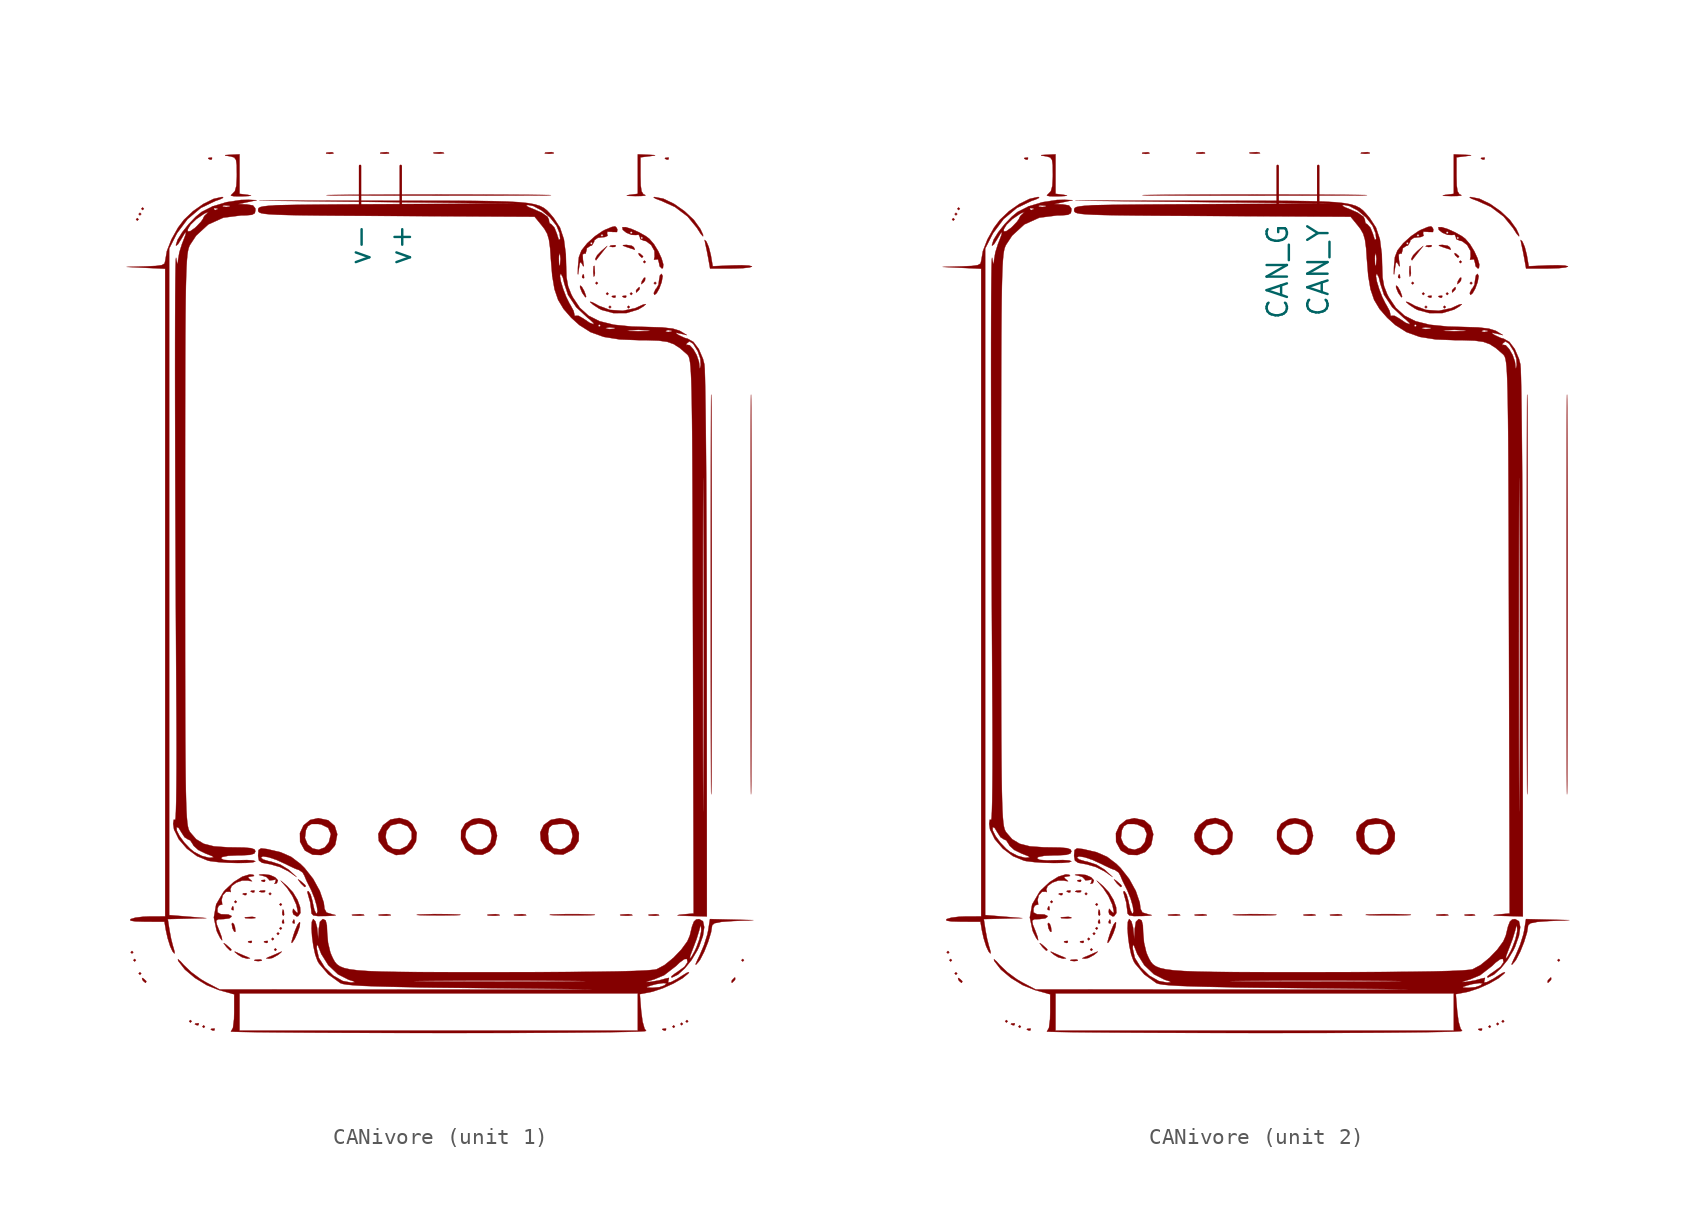
<source format=kicad_sym>
(kicad_symbol_lib
  (version 20211014)
  (generator kicad_symbol_editor)
  (symbol "CANivore"
    (pin_names
      (offset 1.016))
    (property "Reference" "#G?"
      (at 0 26.923 0)
      (effects (font (size 1.27 1.27)) hide))
    (property "ki_locked" ""
      (at 0 0 0)
      (effects (font (size 1.27 1.27))))
    (symbol "CANivore_0_0"
      (polyline (pts (xy -19.258 -22.495) (xy -19.34 -22.412) (xy -19.424 -22.495) (xy -19.34 -22.578) (xy -19.258 -22.495)) (stroke (width 0.01) (type default) (color 0 0 0 0)) (fill (type outline)))
      (polyline (pts (xy -19.091 -22.993) (xy -19.174 -22.91) (xy -19.258 -22.993) (xy -19.174 -23.076) (xy -19.091 -22.993)) (stroke (width 0.01) (type default) (color 0 0 0 0)) (fill (type outline)))
      (polyline (pts (xy -18.925 23.325) (xy -19.009 23.408) (xy -19.091 23.325) (xy -19.009 23.242) (xy -18.925 23.325)) (stroke (width 0.01) (type default) (color 0 0 0 0)) (fill (type outline)))
      (polyline (pts (xy -18.759 -23.823) (xy -18.843 -23.74) (xy -18.925 -23.823) (xy -18.843 -23.906) (xy -18.759 -23.823)) (stroke (width 0.01) (type default) (color 0 0 0 0)) (fill (type outline)))
      (polyline (pts (xy -18.759 23.657) (xy -18.843 23.74) (xy -18.925 23.657) (xy -18.843 23.574) (xy -18.759 23.657)) (stroke (width 0.01) (type default) (color 0 0 0 0)) (fill (type outline)))
      (polyline (pts (xy -18.593 23.989) (xy -18.677 24.072) (xy -18.759 23.989) (xy -18.677 23.906) (xy -18.593 23.989)) (stroke (width 0.01) (type default) (color 0 0 0 0)) (fill (type outline)))
      (polyline (pts (xy -15.605 -26.811) (xy -15.688 -26.728) (xy -15.771 -26.811) (xy -15.688 -26.894) (xy -15.605 -26.811)) (stroke (width 0.01) (type default) (color 0 0 0 0)) (fill (type outline)))
      (polyline (pts (xy -14.775 -27.143) (xy -14.858 -27.06) (xy -14.941 -27.143) (xy -14.858 -27.226) (xy -14.775 -27.143)) (stroke (width 0.01) (type default) (color 0 0 0 0)) (fill (type outline)))
      (polyline (pts (xy -12.783 -19.34) (xy -12.866 -19.258) (xy -12.949 -19.34) (xy -12.866 -19.424) (xy -12.783 -19.34)) (stroke (width 0.01) (type default) (color 0 0 0 0)) (fill (type outline)))
      (polyline (pts (xy -10.625 -18.843) (xy -10.708 -18.759) (xy -10.791 -18.843) (xy -10.708 -18.925) (xy -10.625 -18.843)) (stroke (width 0.01) (type default) (color 0 0 0 0)) (fill (type outline)))
      (polyline (pts (xy -10.459 -21.665) (xy -10.542 -21.582) (xy -10.625 -21.665) (xy -10.542 -21.748) (xy -10.459 -21.665)) (stroke (width 0.01) (type default) (color 0 0 0 0)) (fill (type outline)))
      (polyline (pts (xy -10.293 -22.329) (xy -10.376 -22.246) (xy -10.459 -22.329) (xy -10.376 -22.412) (xy -10.293 -22.329)) (stroke (width 0.01) (type default) (color 0 0 0 0)) (fill (type outline)))
      (polyline (pts (xy -10.127 -21.333) (xy -10.21 -21.25) (xy -10.293 -21.333) (xy -10.21 -21.416) (xy -10.127 -21.333)) (stroke (width 0.01) (type default) (color 0 0 0 0)) (fill (type outline)))
      (polyline (pts (xy -9.961 -21.001) (xy -10.044 -20.918) (xy -10.127 -21.001) (xy -10.044 -21.084) (xy -9.961 -21.001)) (stroke (width 0.01) (type default) (color 0 0 0 0)) (fill (type outline)))
      (polyline (pts (xy -9.961 -19.507) (xy -10.044 -19.424) (xy -10.127 -19.507) (xy -10.044 -19.59) (xy -9.961 -19.507)) (stroke (width 0.01) (type default) (color 0 0 0 0)) (fill (type outline)))
      (polyline (pts (xy 9.795 19.34) (xy 9.712 19.424) (xy 9.629 19.34) (xy 9.712 19.258) (xy 9.795 19.34)) (stroke (width 0.01) (type default) (color 0 0 0 0)) (fill (type outline)))
      (polyline (pts (xy 10.459 18.677) (xy 10.376 18.759) (xy 10.293 18.677) (xy 10.376 18.593) (xy 10.459 18.677)) (stroke (width 0.01) (type default) (color 0 0 0 0)) (fill (type outline)))
      (polyline (pts (xy 10.625 17.846) (xy 10.542 17.929) (xy 10.459 17.846) (xy 10.542 17.763) (xy 10.625 17.846)) (stroke (width 0.01) (type default) (color 0 0 0 0)) (fill (type outline)))
      (polyline (pts (xy 11.787 17.846) (xy 11.704 17.929) (xy 11.621 17.846) (xy 11.704 17.763) (xy 11.787 17.846)) (stroke (width 0.01) (type default) (color 0 0 0 0)) (fill (type outline)))
      (polyline (pts (xy 11.953 18.677) (xy 11.87 18.759) (xy 11.787 18.677) (xy 11.87 18.593) (xy 11.953 18.677)) (stroke (width 0.01) (type default) (color 0 0 0 0)) (fill (type outline)))
      (polyline (pts (xy 12.783 20.669) (xy 12.7 20.752) (xy 12.617 20.669) (xy 12.7 20.586) (xy 12.783 20.669)) (stroke (width 0.01) (type default) (color 0 0 0 0)) (fill (type outline)))
      (polyline (pts (xy 13.447 19.34) (xy 13.364 19.424) (xy 13.281 19.34) (xy 13.364 19.258) (xy 13.447 19.34)) (stroke (width 0.01) (type default) (color 0 0 0 0)) (fill (type outline)))
      (polyline (pts (xy 14.609 -27.143) (xy 14.526 -27.06) (xy 14.443 -27.143) (xy 14.526 -27.226) (xy 14.609 -27.143)) (stroke (width 0.01) (type default) (color 0 0 0 0)) (fill (type outline)))
      (polyline (pts (xy 15.107 -26.977) (xy 15.024 -26.894) (xy 14.941 -26.977) (xy 15.024 -27.06) (xy 15.107 -26.977)) (stroke (width 0.01) (type default) (color 0 0 0 0)) (fill (type outline)))
      (polyline (pts (xy 15.439 -26.811) (xy 15.356 -26.728) (xy 15.273 -26.811) (xy 15.356 -26.894) (xy 15.439 -26.811)) (stroke (width 0.01) (type default) (color 0 0 0 0)) (fill (type outline)))
      (polyline (pts (xy 18.925 -22.993) (xy 18.843 -22.91) (xy 18.759 -22.993) (xy 18.843 -23.076) (xy 18.925 -22.993)) (stroke (width 0.01) (type default) (color 0 0 0 0)) (fill (type outline)))
      (polyline (pts (xy -15.185 -27.048) (xy -15.162 -26.95) (xy -15.187 -26.93) (xy -15.384 -26.95) (xy -15.41 -26.999) (xy -15.273 -27.06) (xy -15.185 -27.048)) (stroke (width 0.01) (type default) (color 0 0 0 0)) (fill (type outline)))
      (polyline (pts (xy -14.355 27.072) (xy -14.332 27.171) (xy -14.357 27.191) (xy -14.554 27.171) (xy -14.58 27.121) (xy -14.443 27.06) (xy -14.355 27.072)) (stroke (width 0.01) (type default) (color 0 0 0 0)) (fill (type outline)))
      (polyline (pts (xy -14.189 -27.38) (xy -14.166 -27.282) (xy -14.191 -27.262) (xy -14.388 -27.282) (xy -14.414 -27.331) (xy -14.277 -27.392) (xy -14.189 -27.38)) (stroke (width 0.01) (type default) (color 0 0 0 0)) (fill (type outline)))
      (polyline (pts (xy -12.985 -19.842) (xy -13.004 -19.645) (xy -13.054 -19.619) (xy -13.115 -19.756) (xy -13.103 -19.843) (xy -13.004 -19.866) (xy -12.985 -19.842)) (stroke (width 0.01) (type default) (color 0 0 0 0)) (fill (type outline)))
      (polyline (pts (xy -12.197 -18.913) (xy -12.174 -18.815) (xy -12.199 -18.795) (xy -12.396 -18.815) (xy -12.422 -18.865) (xy -12.285 -18.925) (xy -12.197 -18.913)) (stroke (width 0.01) (type default) (color 0 0 0 0)) (fill (type outline)))
      (polyline (pts (xy -11.865 -21.902) (xy -11.842 -21.803) (xy -11.867 -21.783) (xy -12.064 -21.803) (xy -12.09 -21.853) (xy -11.953 -21.914) (xy -11.865 -21.902)) (stroke (width 0.01) (type default) (color 0 0 0 0)) (fill (type outline)))
      (polyline (pts (xy -11.699 -18.747) (xy -11.676 -18.649) (xy -11.701 -18.629) (xy -11.898 -18.649) (xy -11.924 -18.699) (xy -11.787 -18.759) (xy -11.699 -18.747)) (stroke (width 0.01) (type default) (color 0 0 0 0)) (fill (type outline)))
      (polyline (pts (xy -11.226 -23.026) (xy -11.247 -22.966) (xy -11.322 -22.944) (xy -11.662 -22.966) (xy -11.691 -23.023) (xy -11.455 -23.05) (xy -11.226 -23.026)) (stroke (width 0.01) (type default) (color 0 0 0 0)) (fill (type outline)))
      (polyline (pts (xy -11.051 -18.735) (xy -11.002 -18.659) (xy -11.061 -18.626) (xy -11.32 -18.646) (xy -11.397 -18.706) (xy -11.22 -18.746) (xy -11.051 -18.735)) (stroke (width 0.01) (type default) (color 0 0 0 0)) (fill (type outline)))
      (polyline (pts (xy -11.035 -18.084) (xy -11.012 -17.985) (xy -11.037 -17.965) (xy -11.234 -17.985) (xy -11.259 -18.035) (xy -11.123 -18.095) (xy -11.035 -18.084)) (stroke (width 0.01) (type default) (color 0 0 0 0)) (fill (type outline)))
      (polyline (pts (xy -10.869 -21.902) (xy -10.846 -21.803) (xy -10.87 -21.783) (xy -11.068 -21.803) (xy -11.094 -21.853) (xy -10.957 -21.914) (xy -10.869 -21.902)) (stroke (width 0.01) (type default) (color 0 0 0 0)) (fill (type outline)))
      (polyline (pts (xy -9.83 -20.672) (xy -9.85 -20.475) (xy -9.9 -20.449) (xy -9.961 -20.586) (xy -9.949 -20.674) (xy -9.85 -20.696) (xy -9.83 -20.672)) (stroke (width 0.01) (type default) (color 0 0 0 0)) (fill (type outline)))
      (polyline (pts (xy -9.828 -20.15) (xy -9.847 -19.89) (xy -9.907 -19.814) (xy -9.948 -19.991) (xy -9.936 -20.159) (xy -9.861 -20.209) (xy -9.828 -20.15)) (stroke (width 0.01) (type default) (color 0 0 0 0)) (fill (type outline)))
      (polyline (pts (xy -9.166 -20.672) (xy -9.186 -20.475) (xy -9.236 -20.449) (xy -9.297 -20.586) (xy -9.285 -20.674) (xy -9.186 -20.696) (xy -9.166 -20.672)) (stroke (width 0.01) (type default) (color 0 0 0 0)) (fill (type outline)))
      (polyline (pts (xy -6.744 27.442) (xy -6.765 27.502) (xy -6.84 27.524) (xy -7.18 27.502) (xy -7.208 27.444) (xy -6.973 27.418) (xy -6.744 27.442)) (stroke (width 0.01) (type default) (color 0 0 0 0)) (fill (type outline)))
      (polyline (pts (xy 8.929 19.669) (xy 8.909 19.866) (xy 8.859 19.892) (xy 8.799 19.756) (xy 8.811 19.668) (xy 8.909 19.645) (xy 8.929 19.669)) (stroke (width 0.01) (type default) (color 0 0 0 0)) (fill (type outline)))
      (polyline (pts (xy 10.862 21.607) (xy 10.912 21.682) (xy 10.853 21.715) (xy 10.594 21.695) (xy 10.517 21.635) (xy 10.694 21.595) (xy 10.862 21.607)) (stroke (width 0.01) (type default) (color 0 0 0 0)) (fill (type outline)))
      (polyline (pts (xy 10.879 18.439) (xy 10.902 18.538) (xy 10.877 18.558) (xy 10.68 18.538) (xy 10.654 18.488) (xy 10.791 18.427) (xy 10.879 18.439)) (stroke (width 0.01) (type default) (color 0 0 0 0)) (fill (type outline)))
      (polyline (pts (xy 11.543 18.439) (xy 11.566 18.538) (xy 11.541 18.558) (xy 11.344 18.538) (xy 11.318 18.488) (xy 11.455 18.427) (xy 11.543 18.439)) (stroke (width 0.01) (type default) (color 0 0 0 0)) (fill (type outline)))
      (polyline (pts (xy 14.033 -27.38) (xy 14.056 -27.282) (xy 14.031 -27.262) (xy 13.834 -27.282) (xy 13.808 -27.331) (xy 13.945 -27.392) (xy 14.033 -27.38)) (stroke (width 0.01) (type default) (color 0 0 0 0)) (fill (type outline)))
      (polyline (pts (xy 14.199 27.072) (xy 14.222 27.171) (xy 14.197 27.191) (xy 14 27.171) (xy 13.975 27.121) (xy 14.111 27.06) (xy 14.199 27.072)) (stroke (width 0.01) (type default) (color 0 0 0 0)) (fill (type outline)))
      (polyline (pts (xy -18.477 -24.402) (xy -18.441 -24.306) (xy -18.619 -24.139) (xy -18.712 -24.099) (xy -18.692 -24.212) (xy -18.641 -24.286) (xy -18.501 -24.404) (xy -18.477 -24.402)) (stroke (width 0.01) (type default) (color 0 0 0 0)) (fill (type outline)))
      (polyline (pts (xy -12.867 -21.202) (xy -12.903 -20.911) (xy -12.974 -20.721) (xy -13.074 -20.655) (xy -13.101 -20.727) (xy -13.058 -20.994) (xy -12.945 -21.211) (xy -12.867 -21.202)) (stroke (width 0.01) (type default) (color 0 0 0 0)) (fill (type outline)))
      (polyline (pts (xy 12.617 20.991) (xy 12.602 21.028) (xy 12.425 21.183) (xy 12.332 21.223) (xy 12.352 21.109) (xy 12.374 21.076) (xy 12.538 20.923) (xy 12.617 20.991)) (stroke (width 0.01) (type default) (color 0 0 0 0)) (fill (type outline)))
      (polyline (pts (xy 12.638 19.379) (xy 12.732 19.501) (xy 12.751 19.677) (xy 12.676 19.675) (xy 12.545 19.472) (xy 12.533 19.441) (xy 12.498 19.274) (xy 12.638 19.379)) (stroke (width 0.01) (type default) (color 0 0 0 0)) (fill (type outline)))
      (polyline (pts (xy -13.115 -22.349) (xy -13.176 -22.263) (xy -13.406 -22.059) (xy -13.526 -21.966) (xy -13.612 -21.925) (xy -13.468 -22.121) (xy -13.416 -22.186) (xy -13.196 -22.399) (xy -13.115 -22.349)) (stroke (width 0.01) (type default) (color 0 0 0 0)) (fill (type outline)))
      (polyline (pts (xy -11.84 -20.38) (xy -11.611 -20.353) (xy -11.662 -20.305) (xy -11.822 -20.279) (xy -12.243 -20.305) (xy -12.291 -20.321) (xy -12.255 -20.364) (xy -11.953 -20.381) (xy -11.84 -20.38)) (stroke (width 0.01) (type default) (color 0 0 0 0)) (fill (type outline)))
      (polyline (pts (xy -8.467 -18.365) (xy -8.527 -18.279) (xy -8.757 -18.074) (xy -8.877 -17.982) (xy -8.963 -17.94) (xy -8.82 -18.137) (xy -8.768 -18.201) (xy -8.547 -18.415) (xy -8.467 -18.365)) (stroke (width 0.01) (type default) (color 0 0 0 0)) (fill (type outline)))
      (polyline (pts (xy -5.054 -20.21) (xy -4.815 -20.184) (xy -4.854 -20.14) (xy -5.085 -20.11) (xy -5.518 -20.136) (xy -5.6 -20.158) (xy -5.551 -20.195) (xy -5.229 -20.212) (xy -5.054 -20.21)) (stroke (width 0.01) (type default) (color 0 0 0 0)) (fill (type outline)))
      (polyline (pts (xy -3.393 -20.21) (xy -3.155 -20.184) (xy -3.194 -20.14) (xy -3.425 -20.11) (xy -3.858 -20.136) (xy -3.94 -20.158) (xy -3.891 -20.195) (xy -3.569 -20.212) (xy -3.393 -20.21)) (stroke (width 0.01) (type default) (color 0 0 0 0)) (fill (type outline)))
      (polyline (pts (xy -3.27 27.447) (xy -3.276 27.501) (xy -3.412 27.532) (xy -3.774 27.507) (xy -3.802 27.499) (xy -3.827 27.448) (xy -3.569 27.424) (xy -3.53 27.424) (xy -3.27 27.447)) (stroke (width 0.01) (type default) (color 0 0 0 0)) (fill (type outline)))
      (polyline (pts (xy -0.053 27.432) (xy 0.176 27.459) (xy 0.124 27.507) (xy -0.035 27.532) (xy -0.457 27.507) (xy -0.504 27.491) (xy -0.468 27.448) (xy -0.166 27.431) (xy -0.053 27.432)) (stroke (width 0.01) (type default) (color 0 0 0 0)) (fill (type outline)))
      (polyline (pts (xy 3.413 -20.21) (xy 3.651 -20.184) (xy 3.613 -20.14) (xy 3.381 -20.11) (xy 2.949 -20.136) (xy 2.867 -20.158) (xy 2.916 -20.195) (xy 3.237 -20.212) (xy 3.413 -20.21)) (stroke (width 0.01) (type default) (color 0 0 0 0)) (fill (type outline)))
      (polyline (pts (xy 5.073 -20.21) (xy 5.312 -20.184) (xy 5.273 -20.14) (xy 5.041 -20.11) (xy 4.609 -20.136) (xy 4.527 -20.158) (xy 4.576 -20.195) (xy 4.897 -20.212) (xy 5.073 -20.21)) (stroke (width 0.01) (type default) (color 0 0 0 0)) (fill (type outline)))
      (polyline (pts (xy 7.023 27.447) (xy 7.017 27.501) (xy 6.881 27.532) (xy 6.519 27.507) (xy 6.491 27.499) (xy 6.466 27.448) (xy 6.723 27.424) (xy 6.763 27.424) (xy 7.023 27.447)) (stroke (width 0.01) (type default) (color 0 0 0 0)) (fill (type outline)))
      (polyline (pts (xy 9.055 18.506) (xy 8.934 18.843) (xy 8.784 19.111) (xy 8.675 19.189) (xy 8.674 19.067) (xy 8.791 18.774) (xy 8.836 18.693) (xy 9.01 18.45) (xy 9.055 18.506)) (stroke (width 0.01) (type default) (color 0 0 0 0)) (fill (type outline)))
      (polyline (pts (xy 9.577 19.797) (xy 9.603 19.957) (xy 9.577 20.378) (xy 9.562 20.425) (xy 9.519 20.39) (xy 9.501 20.088) (xy 9.503 19.975) (xy 9.529 19.745) (xy 9.577 19.797)) (stroke (width 0.01) (type default) (color 0 0 0 0)) (fill (type outline)))
      (polyline (pts (xy 11.714 -20.21) (xy 11.952 -20.184) (xy 11.913 -20.14) (xy 11.682 -20.11) (xy 11.249 -20.136) (xy 11.168 -20.158) (xy 11.216 -20.195) (xy 11.538 -20.212) (xy 11.714 -20.21)) (stroke (width 0.01) (type default) (color 0 0 0 0)) (fill (type outline)))
      (polyline (pts (xy 12.211 18.767) (xy 12.368 18.925) (xy 12.399 18.984) (xy 12.388 19.091) (xy 12.358 19.084) (xy 12.202 18.925) (xy 12.171 18.867) (xy 12.182 18.759) (xy 12.211 18.767)) (stroke (width 0.01) (type default) (color 0 0 0 0)) (fill (type outline)))
      (polyline (pts (xy 13.394 -20.213) (xy 13.623 -20.187) (xy 13.572 -20.139) (xy 13.412 -20.113) (xy 12.991 -20.139) (xy 12.943 -20.155) (xy 12.979 -20.198) (xy 13.281 -20.215) (xy 13.394 -20.213)) (stroke (width 0.01) (type default) (color 0 0 0 0)) (fill (type outline)))
      (polyline (pts (xy 18.188 -24.396) (xy 18.344 -24.238) (xy 18.375 -24.179) (xy 18.364 -24.072) (xy 18.335 -24.079) (xy 18.178 -24.238) (xy 18.148 -24.297) (xy 18.159 -24.404) (xy 18.188 -24.396)) (stroke (width 0.01) (type default) (color 0 0 0 0)) (fill (type outline)))
      (polyline (pts (xy 9.674 20.768) (xy 9.804 20.942) (xy 10.046 21.25) (xy 10.376 21.665) (xy 10.002 21.348) (xy 9.744 21.083) (xy 9.629 20.864) (xy 9.631 20.819) (xy 9.672 20.765) (xy 9.674 20.768)) (stroke (width 0.01) (type default) (color 0 0 0 0)) (fill (type outline)))
      (polyline (pts (xy 12.099 21.437) (xy 12.036 21.582) (xy 11.904 21.677) (xy 11.57 21.731) (xy 11.378 21.718) (xy 11.347 21.679) (xy 11.621 21.582) (xy 11.909 21.489) (xy 12.087 21.432) (xy 12.099 21.437)) (stroke (width 0.01) (type default) (color 0 0 0 0)) (fill (type outline)))
      (polyline (pts (xy -12.122 -22.896) (xy -11.959 -22.869) (xy -12.119 -22.791) (xy -12.31 -22.716) (xy -12.7 -22.546) (xy -12.889 -22.461) (xy -12.931 -22.468) (xy -12.71 -22.652) (xy -12.454 -22.809) (xy -12.129 -22.897) (xy -12.122 -22.896)) (stroke (width 0.01) (type default) (color 0 0 0 0)) (fill (type outline)))
      (polyline (pts (xy -10.551 -22.849) (xy -10.2 -22.652) (xy -10.017 -22.503) (xy -9.981 -22.447) (xy -10.21 -22.546) (xy -10.432 -22.645) (xy -10.791 -22.791) (xy -10.798 -22.794) (xy -10.95 -22.87) (xy -10.781 -22.897) (xy -10.551 -22.849)) (stroke (width 0.01) (type default) (color 0 0 0 0)) (fill (type outline)))
      (polyline (pts (xy -9.315 -21.886) (xy -9.161 -21.651) (xy -8.992 -21.281) (xy -8.864 -20.903) (xy -8.83 -20.648) (xy -8.869 -20.61) (xy -8.99 -20.773) (xy -9.152 -21.157) (xy -9.241 -21.418) (xy -9.347 -21.774) (xy -9.363 -21.914) (xy -9.315 -21.886)) (stroke (width 0.01) (type default) (color 0 0 0 0)) (fill (type outline)))
      (polyline (pts (xy 0.217 -20.188) (xy 0.809 -20.181) (xy 1.147 -20.168) (xy 1.204 -20.151) (xy 0.955 -20.131) (xy 0.431 -20.113) (xy -0.469 -20.108) (xy -1.287 -20.131) (xy -1.451 -20.141) (xy -1.544 -20.16) (xy -1.343 -20.175) (xy -0.876 -20.185) (xy -0.166 -20.189) (xy 0.217 -20.188)) (stroke (width 0.01) (type default) (color 0 0 0 0)) (fill (type outline)))
      (polyline (pts (xy 8.673 -20.187) (xy 9.251 -20.179) (xy 9.569 -20.167) (xy 9.604 -20.15) (xy 9.331 -20.13) (xy 8.684 -20.111) (xy 7.791 -20.109) (xy 7.007 -20.131) (xy 6.83 -20.142) (xy 6.768 -20.161) (xy 6.997 -20.175) (xy 7.489 -20.185) (xy 8.218 -20.188) (xy 8.673 -20.187)) (stroke (width 0.01) (type default) (color 0 0 0 0)) (fill (type outline)))
      (polyline (pts (xy 13.461 18.711) (xy 13.624 18.998) (xy 13.77 19.393) (xy 13.773 19.401) (xy 13.839 19.781) (xy 13.768 19.922) (xy 13.667 19.824) (xy 13.613 19.516) (xy 13.576 19.237) (xy 13.447 19.009) (xy 13.403 18.975) (xy 13.281 18.716) (xy 13.33 18.601) (xy 13.461 18.711)) (stroke (width 0.01) (type default) (color 0 0 0 0)) (fill (type outline)))
      (polyline (pts (xy -10.293 -18.179) (xy -10.279 -18.169) (xy -10.216 -17.997) (xy -10.389 -17.811) (xy -10.715 -17.666) (xy -11.113 -17.62) (xy -11.33 -17.634) (xy -11.403 -17.661) (xy -11.164 -17.715) (xy -10.931 -17.792) (xy -10.791 -17.936) (xy -10.745 -18) (xy -10.515 -17.979) (xy -10.337 -17.944) (xy -10.374 -18.093) (xy -10.431 -18.223) (xy -10.293 -18.179)) (stroke (width 0.01) (type default) (color 0 0 0 0)) (fill (type outline)))
      (polyline (pts (xy 16.364 22.359) (xy 16.199 22.719) (xy 16.195 22.726) (xy 15.789 23.291) (xy 15.208 23.836) (xy 14.544 24.3) (xy 13.887 24.617) (xy 13.328 24.725) (xy 13.27 24.707) (xy 13.387 24.622) (xy 13.742 24.492) (xy 14.602 24.104) (xy 15.396 23.508) (xy 15.973 22.804) (xy 16.222 22.415) (xy 16.363 22.261) (xy 16.364 22.359)) (stroke (width 0.01) (type default) (color 0 0 0 0)) (fill (type outline)))
      (polyline (pts (xy -8.95 -20.236) (xy -8.807 -20.037) (xy -8.83 -19.673) (xy -8.995 -19.22) (xy -9.277 -18.752) (xy -9.653 -18.345) (xy -10.044 -18.015) (xy -9.681 -18.429) (xy -9.64 -18.477) (xy -9.309 -18.977) (xy -9.062 -19.525) (xy -8.967 -19.974) (xy -8.998 -20.049) (xy -9.131 -19.922) (xy -9.152 -19.89) (xy -9.267 -19.771) (xy -9.294 -19.963) (xy -9.257 -20.118) (xy -9.048 -20.254) (xy -8.95 -20.236)) (stroke (width 0.01) (type default) (color 0 0 0 0)) (fill (type outline)))
      (polyline (pts (xy 12.495 24.787) (xy 12.755 24.811) (xy 12.742 24.85) (xy 12.629 24.902) (xy 12.519 25.08) (xy 12.465 25.444) (xy 12.451 26.066) (xy 12.451 27.205) (xy 12.991 27.272) (xy 13.131 27.29) (xy 13.367 27.326) (xy 13.297 27.346) (xy 12.908 27.366) (xy 12.285 27.392) (xy 12.285 24.923) (xy 11.745 24.856) (xy 11.59 24.823) (xy 11.713 24.795) (xy 12.119 24.782) (xy 12.495 24.787)) (stroke (width 0.01) (type default) (color 0 0 0 0)) (fill (type outline)))
      (polyline (pts (xy 16.094 -23.076) (xy 16.184 -22.949) (xy 16.435 -22.462) (xy 16.678 -21.852) (xy 16.861 -21.256) (xy 16.933 -20.811) (xy 16.934 -20.802) (xy 17.079 -20.68) (xy 17.498 -20.596) (xy 18.22 -20.543) (xy 19.506 -20.486) (xy 16.797 -20.42) (xy 16.685 -21.125) (xy 16.628 -21.395) (xy 16.426 -22.038) (xy 16.164 -22.661) (xy 16.01 -22.978) (xy 15.893 -23.247) (xy 15.923 -23.27) (xy 16.094 -23.076)) (stroke (width 0.01) (type default) (color 0 0 0 0)) (fill (type outline)))
      (polyline (pts (xy 11.57 17.468) (xy 12.293 17.685) (xy 12.332 17.705) (xy 12.652 17.897) (xy 12.783 18.021) (xy 12.78 18.028) (xy 12.622 17.999) (xy 12.293 17.851) (xy 12.11 17.769) (xy 11.346 17.612) (xy 10.537 17.667) (xy 9.836 17.928) (xy 9.728 17.992) (xy 9.421 18.151) (xy 9.297 18.174) (xy 9.306 18.153) (xy 9.489 17.993) (xy 9.836 17.762) (xy 10.012 17.668) (xy 10.758 17.465) (xy 11.57 17.468)) (stroke (width 0.01) (type default) (color 0 0 0 0)) (fill (type outline)))
      (polyline (pts (xy 18.286 20.255) (xy 18.865 20.276) (xy 19.271 20.32) (xy 19.424 20.378) (xy 19.419 20.389) (xy 19.221 20.438) (xy 18.786 20.459) (xy 18.195 20.449) (xy 16.967 20.395) (xy 16.859 21.033) (xy 16.842 21.124) (xy 16.72 21.596) (xy 16.582 21.917) (xy 16.552 21.96) (xy 16.462 22.043) (xy 16.499 21.831) (xy 16.507 21.795) (xy 16.597 21.382) (xy 16.694 20.876) (xy 16.804 20.254) (xy 18.114 20.254) (xy 18.286 20.255)) (stroke (width 0.01) (type default) (color 0 0 0 0)) (fill (type outline)))
      (polyline (pts (xy -12.034 24.786) (xy -11.895 24.817) (xy -12.078 24.856) (xy -12.617 24.923) (xy -12.617 27.392) (xy -13.156 27.367) (xy -13.495 27.347) (xy -13.519 27.321) (xy -13.239 27.273) (xy -13.168 27.262) (xy -12.95 27.197) (xy -12.836 27.043) (xy -12.791 26.719) (xy -12.783 26.144) (xy -12.784 25.977) (xy -12.816 25.417) (xy -12.906 25.089) (xy -13.073 24.915) (xy -13.1 24.899) (xy -13.159 24.81) (xy -12.954 24.769) (xy -12.451 24.767) (xy -12.034 24.786)) (stroke (width 0.01) (type default) (color 0 0 0 0)) (fill (type outline)))
      (polyline (pts (xy 1.796 24.815) (xy 3.278 24.817) (xy 4.519 24.82) (xy 5.509 24.824) (xy 6.236 24.828) (xy 6.688 24.834) (xy 6.854 24.84) (xy 6.722 24.846) (xy 6.281 24.853) (xy 5.52 24.86) (xy 3.813 24.871) (xy 1.881 24.877) (xy -0.163 24.879) (xy -2.207 24.877) (xy -4.14 24.871) (xy -5.852 24.86) (xy -5.975 24.859) (xy -6.692 24.852) (xy -7.09 24.845) (xy -7.181 24.839) (xy -6.975 24.833) (xy -6.485 24.828) (xy -5.721 24.823) (xy -4.697 24.819) (xy -3.421 24.817) (xy -1.907 24.815) (xy -0.166 24.814) (xy 0.085 24.814) (xy 1.796 24.815)) (stroke (width 0.01) (type default) (color 0 0 0 0)) (fill (type outline)))
      (polyline (pts (xy -7.001 -16.223) (xy -6.661 -15.832) (xy -6.626 -15.75) (xy -6.506 -15.116) (xy -6.666 -14.595) (xy -7.073 -14.241) (xy -7.694 -14.111) (xy -8.197 -14.222) (xy -8.615 -14.561) (xy -8.839 -15.046) (xy -8.834 -15.35) (xy -8.528 -15.35) (xy -8.467 -14.859) (xy -8.345 -14.613) (xy -8.119 -14.475) (xy -7.696 -14.475) (xy -7.514 -14.501) (xy -7.072 -14.717) (xy -6.904 -15.104) (xy -7.032 -15.623) (xy -7.289 -15.944) (xy -7.666 -16.084) (xy -8.05 -16.004) (xy -8.363 -15.746) (xy -8.528 -15.35) (xy -8.834 -15.35) (xy -8.83 -15.588) (xy -8.552 -16.101) (xy -8.508 -16.146) (xy -8.043 -16.397) (xy -7.501 -16.417) (xy -7.001 -16.223)) (stroke (width 0.01) (type default) (color 0 0 0 0)) (fill (type outline)))
      (polyline (pts (xy -2.3 -16.36) (xy -1.838 -15.998) (xy -1.584 -15.566) (xy -1.536 -15.019) (xy -1.817 -14.485) (xy -2.1 -14.248) (xy -2.632 -14.097) (xy -3.183 -14.199) (xy -3.64 -14.549) (xy -3.663 -14.579) (xy -3.94 -15.088) (xy -3.925 -15.298) (xy -3.486 -15.298) (xy -3.433 -14.916) (xy -3.16 -14.561) (xy -2.656 -14.443) (xy -2.548 -14.448) (xy -2.094 -14.621) (xy -1.85 -14.97) (xy -1.85 -15.403) (xy -2.13 -15.829) (xy -2.141 -15.839) (xy -2.589 -16.066) (xy -3.025 -16.028) (xy -3.356 -15.759) (xy -3.486 -15.298) (xy -3.925 -15.298) (xy -3.908 -15.542) (xy -3.562 -16.013) (xy -3.378 -16.173) (xy -2.834 -16.419) (xy -2.3 -16.36)) (stroke (width 0.01) (type default) (color 0 0 0 0)) (fill (type outline)))
      (polyline (pts (xy 8.195 -16.091) (xy 8.301 -15.998) (xy 8.583 -15.535) (xy 8.603 -15.034) (xy 8.392 -14.575) (xy 7.983 -14.241) (xy 7.409 -14.111) (xy 6.841 -14.219) (xy 6.404 -14.539) (xy 6.187 -14.996) (xy 6.194 -15.1) (xy 6.669 -15.1) (xy 6.673 -15.056) (xy 6.745 -14.698) (xy 6.934 -14.537) (xy 7.346 -14.475) (xy 7.726 -14.466) (xy 7.978 -14.571) (xy 8.135 -14.859) (xy 8.208 -15.238) (xy 8.079 -15.703) (xy 7.711 -16.001) (xy 7.444 -16.07) (xy 7.004 -15.99) (xy 6.73 -15.653) (xy 6.669 -15.1) (xy 6.194 -15.1) (xy 6.224 -15.517) (xy 6.55 -16.028) (xy 7.05 -16.36) (xy 7.612 -16.391) (xy 8.195 -16.091)) (stroke (width 0.01) (type default) (color 0 0 0 0)) (fill (type outline)))
      (polyline (pts (xy 3.02 -16.19) (xy 3.356 -15.784) (xy 3.486 -15.213) (xy 3.486 -15.208) (xy 3.349 -14.622) (xy 2.963 -14.245) (xy 2.367 -14.111) (xy 1.967 -14.167) (xy 1.494 -14.446) (xy 1.236 -14.894) (xy 1.231 -15.289) (xy 1.493 -15.289) (xy 1.552 -14.882) (xy 1.84 -14.569) (xy 2.324 -14.443) (xy 2.645 -14.489) (xy 2.955 -14.642) (xy 3.056 -14.782) (xy 3.154 -15.203) (xy 3.075 -15.638) (xy 2.833 -15.931) (xy 2.526 -16.069) (xy 2.232 -16.06) (xy 1.863 -15.845) (xy 1.693 -15.696) (xy 1.493 -15.289) (xy 1.231 -15.289) (xy 1.229 -15.436) (xy 1.506 -15.998) (xy 1.598 -16.102) (xy 2.059 -16.381) (xy 2.561 -16.4) (xy 3.02 -16.19)) (stroke (width 0.01) (type default) (color 0 0 0 0)) (fill (type outline)))
      (polyline (pts (xy 16.877 -12.496) (xy 16.881 -12.069) (xy 16.887 -11.329) (xy 16.892 -10.264) (xy 16.892 -10.188) (xy 16.9 -7.957) (xy 16.906 -5.479) (xy 16.909 -2.836) (xy 16.91 -0.109) (xy 16.909 2.618) (xy 16.905 5.265) (xy 16.9 7.75) (xy 16.892 9.989) (xy 16.889 10.602) (xy 16.884 11.506) (xy 16.879 12.091) (xy 16.874 12.366) (xy 16.869 12.339) (xy 16.865 12.018) (xy 16.861 11.412) (xy 16.858 10.531) (xy 16.855 9.381) (xy 16.852 7.973) (xy 16.851 6.313) (xy 16.849 4.412) (xy 16.848 2.277) (xy 16.848 -0.083) (xy 16.848 -1.348) (xy 16.848 -3.594) (xy 16.85 -5.612) (xy 16.852 -7.392) (xy 16.854 -8.927) (xy 16.857 -10.208) (xy 16.86 -11.226) (xy 16.863 -11.972) (xy 16.867 -12.438) (xy 16.872 -12.616) (xy 16.877 -12.496)) (stroke (width 0.01) (type default) (color 0 0 0 0)) (fill (type outline)))
      (polyline (pts (xy 19.367 -12.496) (xy 19.372 -12.069) (xy 19.377 -11.329) (xy 19.382 -10.264) (xy 19.382 -10.188) (xy 19.39 -7.957) (xy 19.396 -5.479) (xy 19.399 -2.836) (xy 19.4 -0.109) (xy 19.399 2.618) (xy 19.396 5.265) (xy 19.39 7.75) (xy 19.382 9.989) (xy 19.379 10.602) (xy 19.374 11.506) (xy 19.369 12.091) (xy 19.364 12.366) (xy 19.36 12.339) (xy 19.355 12.018) (xy 19.352 11.412) (xy 19.348 10.531) (xy 19.345 9.381) (xy 19.343 7.973) (xy 19.341 6.313) (xy 19.339 4.412) (xy 19.338 2.277) (xy 19.338 -0.083) (xy 19.338 -1.348) (xy 19.339 -3.594) (xy 19.34 -5.612) (xy 19.342 -7.392) (xy 19.344 -8.927) (xy 19.347 -10.208) (xy 19.35 -11.226) (xy 19.354 -11.972) (xy 19.358 -12.438) (xy 19.362 -12.616) (xy 19.367 -12.496)) (stroke (width 0.01) (type default) (color 0 0 0 0)) (fill (type outline)))
      (polyline (pts (xy 13.855 20.282) (xy 13.879 20.505) (xy 13.77 20.884) (xy 13.564 21.334) (xy 13.296 21.772) (xy 13.001 22.115) (xy 12.792 22.273) (xy 12.371 22.512) (xy 11.916 22.716) (xy 11.531 22.839) (xy 11.325 22.835) (xy 11.319 22.828) (xy 11.347 22.668) (xy 11.568 22.495) (xy 11.787 22.495) (xy 11.87 22.578) (xy 11.953 22.495) (xy 11.87 22.412) (xy 11.787 22.495) (xy 11.568 22.495) (xy 11.575 22.49) (xy 11.886 22.361) (xy 12.165 22.348) (xy 12.341 22.367) (xy 12.414 22.217) (xy 12.423 22.163) (xy 12.451 22.163) (xy 12.534 22.246) (xy 12.617 22.163) (xy 12.534 22.08) (xy 12.451 22.163) (xy 12.423 22.163) (xy 12.435 22.097) (xy 12.656 21.995) (xy 12.795 21.968) (xy 13.115 21.73) (xy 13.326 21.356) (xy 13.336 20.987) (xy 13.295 20.809) (xy 13.419 20.817) (xy 13.546 20.832) (xy 13.613 20.595) (xy 13.648 20.393) (xy 13.79 20.254) (xy 13.855 20.282)) (stroke (width 0.01) (type default) (color 0 0 0 0)) (fill (type outline)))
      (polyline (pts (xy -13.702 -21.737) (xy -13.736 -21.54) (xy -13.871 -21.172) (xy -14.033 -20.77) (xy -14.08 -20.522) (xy -13.949 -20.432) (xy -13.613 -20.42) (xy -13.607 -20.42) (xy -13.259 -20.376) (xy -13.115 -20.272) (xy -13.13 -20.218) (xy -13.323 -20.132) (xy -13.778 -20.118) (xy -13.992 -20.004) (xy -13.994 -19.757) (xy -13.912 -19.577) (xy -13.762 -19.517) (xy -13.699 -19.523) (xy -13.717 -19.347) (xy -13.74 -19.231) (xy -13.663 -18.931) (xy -13.465 -18.715) (xy -13.237 -18.704) (xy -13.166 -18.734) (xy -13.178 -18.626) (xy -13.199 -18.572) (xy -13.105 -18.348) (xy -12.819 -18.14) (xy -12.444 -18.008) (xy -12.086 -18.009) (xy -11.991 -18.035) (xy -11.831 -18.054) (xy -11.953 -17.943) (xy -12.005 -17.905) (xy -12.091 -17.791) (xy -11.87 -17.753) (xy -11.702 -17.724) (xy -11.754 -17.651) (xy -11.972 -17.625) (xy -12.442 -17.768) (xy -12.982 -18.106) (xy -13.51 -18.594) (xy -13.617 -18.718) (xy -14.076 -19.5) (xy -14.223 -20.322) (xy -14.048 -21.146) (xy -13.995 -21.269) (xy -13.823 -21.61) (xy -13.713 -21.748) (xy -13.702 -21.737)) (stroke (width 0.01) (type default) (color 0 0 0 0)) (fill (type outline)))
      (polyline (pts (xy -16.672 -22.488) (xy -16.747 -22.204) (xy -16.775 -22.123) (xy -16.892 -21.665) (xy -16.994 -21.125) (xy -17.103 -20.42) (xy -15.898 -20.39) (xy -14.692 -20.361) (xy -15.854 -20.266) (xy -17.016 -20.171) (xy -17.016 21.499) (xy -16.603 22.309) (xy -16.514 22.473) (xy -15.862 23.346) (xy -15.033 24.041) (xy -14.116 24.481) (xy -13.857 24.569) (xy -13.636 24.677) (xy -13.685 24.724) (xy -13.714 24.725) (xy -14.241 24.606) (xy -14.876 24.292) (xy -15.524 23.838) (xy -16.089 23.302) (xy -16.46 22.81) (xy -16.871 22.077) (xy -17.158 21.341) (xy -17.265 20.722) (xy -17.306 20.564) (xy -17.475 20.467) (xy -17.84 20.414) (xy -18.469 20.387) (xy -19.672 20.354) (xy -18.469 20.296) (xy -17.265 20.239) (xy -17.265 -20.254) (xy -18.22 -20.256) (xy -18.626 -20.271) (xy -19.127 -20.331) (xy -19.424 -20.42) (xy -19.444 -20.434) (xy -19.429 -20.518) (xy -19.117 -20.566) (xy -18.491 -20.583) (xy -17.309 -20.586) (xy -17.219 -21.125) (xy -17.111 -21.61) (xy -16.952 -22.121) (xy -16.804 -22.441) (xy -16.692 -22.578) (xy -16.672 -22.488)) (stroke (width 0.01) (type default) (color 0 0 0 0)) (fill (type outline)))
      (polyline (pts (xy 8.59 20.171) (xy 8.591 20.176) (xy 8.651 20.567) (xy 8.717 20.663) (xy 8.816 20.503) (xy 8.869 20.396) (xy 8.908 20.409) (xy 8.864 20.731) (xy 8.854 20.786) (xy 8.835 21.129) (xy 8.928 21.189) (xy 9.016 21.181) (xy 9.07 21.372) (xy 9.097 21.524) (xy 9.297 21.661) (xy 9.412 21.691) (xy 9.546 21.913) (xy 9.574 22.03) (xy 9.795 22.179) (xy 9.812 22.18) (xy 10.235 22.224) (xy 10.396 22.299) (xy 10.361 22.436) (xy 10.373 22.559) (xy 10.668 22.545) (xy 10.699 22.539) (xy 10.982 22.535) (xy 11.007 22.687) (xy 10.96 22.8) (xy 10.863 22.89) (xy 10.658 22.85) (xy 10.246 22.681) (xy 10.086 22.599) (xy 9.692 22.329) (xy 9.961 22.329) (xy 10.044 22.412) (xy 10.127 22.329) (xy 10.044 22.246) (xy 9.961 22.329) (xy 9.692 22.329) (xy 9.603 22.268) (xy 9.145 21.856) (xy 9.121 21.831) (xy 9.297 21.831) (xy 9.38 21.914) (xy 9.463 21.831) (xy 9.38 21.748) (xy 9.297 21.831) (xy 9.121 21.831) (xy 9.095 21.803) (xy 8.763 21.386) (xy 8.602 20.968) (xy 8.545 20.383) (xy 8.54 20.261) (xy 8.534 19.909) (xy 8.55 19.881) (xy 8.59 20.171)) (stroke (width 0.01) (type default) (color 0 0 0 0)) (fill (type outline)))
      (polyline (pts (xy -7.18 -20.227) (xy -6.742 -20.205) (xy -6.595 -20.173) (xy -6.765 -20.134) (xy -6.777 -20.132) (xy -7.18 -20.011) (xy -7.305 -19.775) (xy -7.35 -19.391) (xy -7.599 -18.662) (xy -8.015 -17.905) (xy -8.544 -17.233) (xy -8.811 -16.969) (xy -9.391 -16.528) (xy -10.05 -16.24) (xy -10.915 -16.04) (xy -11.272 -16) (xy -11.426 -16.101) (xy -11.455 -16.418) (xy -11.454 -16.489) (xy -11.402 -16.761) (xy -11.204 -16.9) (xy -10.765 -16.982) (xy -10.677 -16.996) (xy -10.078 -17.171) (xy -9.562 -17.431) (xy -9.048 -17.788) (xy -9.513 -17.361) (xy -9.558 -17.322) (xy -10.068 -17.013) (xy -10.633 -16.83) (xy -10.777 -16.803) (xy -11.142 -16.693) (xy -11.289 -16.577) (xy -11.159 -16.498) (xy -10.806 -16.552) (xy -10.299 -16.722) (xy -9.712 -16.991) (xy -9.522 -17.087) (xy -9.14 -17.266) (xy -8.937 -17.341) (xy -8.907 -17.346) (xy -8.674 -17.505) (xy -8.543 -17.736) (xy -8.536 -17.768) (xy -8.425 -18.031) (xy -8.226 -18.427) (xy -8.127 -18.626) (xy -7.924 -19.13) (xy -7.786 -19.602) (xy -7.736 -19.951) (xy -7.799 -20.088) (xy -7.829 -20.072) (xy -7.937 -19.845) (xy -8.031 -19.433) (xy -8.054 -19.305) (xy -8.171 -18.893) (xy -8.301 -18.677) (xy -8.382 -18.706) (xy -8.3 -19.01) (xy -8.196 -19.375) (xy -8.135 -19.849) (xy -8.115 -20.067) (xy -8.003 -20.19) (xy -7.718 -20.233) (xy -7.18 -20.227)) (stroke (width 0.01) (type default) (color 0 0 0 0)) (fill (type outline)))
      (polyline (pts (xy -12.167 -16.905) (xy -11.772 -16.871) (xy -11.621 -16.809) (xy -11.762 -16.755) (xy -12.151 -16.729) (xy -12.7 -16.74) (xy -13.153 -16.752) (xy -13.619 -16.716) (xy -13.779 -16.616) (xy -13.691 -16.535) (xy -13.32 -16.462) (xy -12.7 -16.435) (xy -12.455 -16.433) (xy -11.95 -16.404) (xy -11.693 -16.326) (xy -11.621 -16.186) (xy -11.681 -16.062) (xy -11.898 -15.986) (xy -12.332 -15.948) (xy -13.04 -15.937) (xy -13.343 -15.934) (xy -14.218 -15.873) (xy -14.857 -15.711) (xy -15.329 -15.425) (xy -15.705 -14.991) (xy -15.723 -14.964) (xy -15.771 -14.876) (xy -15.813 -14.759) (xy -15.851 -14.595) (xy -15.883 -14.364) (xy -15.911 -14.048) (xy -15.935 -13.627) (xy -15.955 -13.083) (xy -15.972 -12.397) (xy -15.986 -11.549) (xy -15.996 -10.52) (xy -16.005 -9.293) (xy -16.011 -7.847) (xy -16.015 -6.164) (xy -16.018 -4.224) (xy -16.019 -2.01) (xy -16.02 0.499) (xy -16.02 3.32) (xy -16.02 3.656) (xy -16.02 6.444) (xy -16.019 8.921) (xy -16.017 11.106) (xy -16.014 13.018) (xy -16.009 14.677) (xy -16.003 16.102) (xy -15.994 17.31) (xy -15.983 18.322) (xy -15.969 19.157) (xy -15.951 19.833) (xy -15.93 20.369) (xy -15.905 20.786) (xy -15.877 21.101) (xy -15.843 21.334) (xy -15.805 21.503) (xy -15.762 21.629) (xy -15.714 21.729) (xy -15.331 22.309) (xy -14.57 23.009) (xy -13.63 23.432) (xy -12.514 23.574) (xy -12.224 23.577) (xy -11.836 23.612) (xy -11.662 23.712) (xy -11.621 23.906) (xy -11.63 24.013) (xy -11.774 24.197) (xy -12.161 24.26) (xy -12.7 24.282) (xy -12.119 24.404) (xy -11.538 24.526) (xy -12.055 24.548) (xy -12.524 24.539) (xy -13.432 24.401) (xy -14.303 24.137) (xy -14.335 24.121) (xy -13.675 24.121) (xy -13.655 24.182) (xy -13.579 24.204) (xy -13.239 24.182) (xy -13.211 24.124) (xy -13.447 24.098) (xy -13.675 24.121) (xy -14.335 24.121) (xy -14.541 24.017) (xy -14.222 24.017) (xy -14.197 24.036) (xy -14 24.017) (xy -13.975 23.967) (xy -14.111 23.906) (xy -14.199 23.918) (xy -14.222 24.017) (xy -14.541 24.017) (xy -14.992 23.788) (xy -15.345 23.499) (xy -15.796 23.029) (xy -16.057 22.699) (xy -15.859 22.699) (xy -15.679 22.994) (xy -15.323 23.338) (xy -14.858 23.658) (xy -14.737 23.724) (xy -14.56 23.799) (xy -14.648 23.699) (xy -14.818 23.535) (xy -14.892 23.391) (xy -14.892 23.37) (xy -15.025 23.179) (xy -15.308 22.881) (xy -15.404 22.792) (xy -15.694 22.588) (xy -15.851 22.573) (xy -15.859 22.699) (xy -16.057 22.699) (xy -16.2 22.518) (xy -16.488 22.052) (xy -16.594 21.718) (xy -16.581 21.681) (xy -16.465 21.77) (xy -16.269 22.08) (xy -16.048 22.453) (xy -15.956 22.538) (xy -16.001 22.335) (xy -16.186 21.856) (xy -16.209 21.801) (xy -16.377 21.268) (xy -16.457 20.798) (xy -16.458 20.789) (xy -16.478 20.532) (xy -16.514 20.569) (xy -16.582 20.918) (xy -16.586 20.933) (xy -16.602 20.795) (xy -16.616 20.343) (xy -16.627 19.59) (xy -16.636 18.55) (xy -16.642 17.237) (xy -16.645 15.665) (xy -16.646 13.848) (xy -16.644 11.801) (xy -16.639 9.536) (xy -16.633 7.068) (xy -16.623 4.411) (xy -16.611 1.579) (xy -16.596 -1.414) (xy -16.579 -4.555) (xy -16.559 -7.829) (xy -16.557 -8.328) (xy -16.553 -9.724) (xy -16.555 -10.993) (xy -16.563 -12.099) (xy -16.575 -13.008) (xy -16.593 -13.688) (xy -16.615 -14.103) (xy -16.64 -14.22) (xy -16.727 -14.203) (xy -16.765 -14.46) (xy -16.713 -14.81) (xy -16.682 -14.875) (xy -16.546 -14.875) (xy -16.544 -14.663) (xy -16.418 -14.723) (xy -16.249 -15.003) (xy -16.053 -15.303) (xy -15.839 -15.439) (xy -15.7 -15.497) (xy -15.526 -15.76) (xy -15.49 -15.833) (xy -15.197 -16.098) (xy -14.726 -16.328) (xy -14.634 -16.361) (xy -14.295 -16.496) (xy -14.245 -16.564) (xy -14.46 -16.588) (xy -14.529 -16.586) (xy -14.977 -16.469) (xy -15.447 -16.227) (xy -15.7 -16.025) (xy -16.064 -15.641) (xy -16.366 -15.229) (xy -16.546 -14.875) (xy -16.682 -14.875) (xy -16.414 -15.427) (xy -15.911 -16.011) (xy -15.279 -16.483) (xy -14.589 -16.767) (xy -14.446 -16.796) (xy -13.945 -16.858) (xy -13.34 -16.898) (xy -12.719 -16.914) (xy -12.167 -16.905)) (stroke (width 0.01) (type default) (color 0 0 0 0)) (fill (type outline)))
      (polyline (pts (xy 2.465 -27.542) (xy 4.425 -27.538) (xy 6.235 -27.53) (xy 7.874 -27.52) (xy 9.317 -27.507) (xy 10.542 -27.492) (xy 11.527 -27.474) (xy 12.247 -27.455) (xy 12.682 -27.433) (xy 12.807 -27.411) (xy 12.704 -27.264) (xy 12.58 -26.827) (xy 12.496 -26.19) (xy 12.409 -25.113) (xy 13.043 -24.994) (xy 13.21 -24.957) (xy 13.844 -24.747) (xy 14.505 -24.45) (xy 15.078 -24.12) (xy 15.445 -23.816) (xy 15.486 -23.742) (xy 15.359 -23.773) (xy 15.038 -23.969) (xy 14.757 -24.151) (xy 14.36 -24.36) (xy 14.169 -24.383) (xy 14.211 -24.21) (xy 14.233 -24.094) (xy 14.014 -24.141) (xy 14.003 -24.145) (xy 13.609 -24.253) (xy 13.115 -24.338) (xy 12.996 -24.352) (xy 12.805 -24.361) (xy 12.908 -24.309) (xy 13.319 -24.184) (xy 13.925 -23.932) (xy 14.679 -23.35) (xy 14.899 -23.137) (xy 15.196 -22.922) (xy 15.356 -22.909) (xy 15.397 -23.118) (xy 15.203 -23.404) (xy 14.716 -23.753) (xy 14.612 -23.819) (xy 14.384 -23.999) (xy 14.389 -24.071) (xy 14.435 -24.068) (xy 14.792 -23.892) (xy 15.219 -23.503) (xy 15.647 -22.974) (xy 16.007 -22.375) (xy 16.119 -22.139) (xy 16.357 -21.468) (xy 16.437 -20.922) (xy 16.358 -20.554) (xy 16.114 -20.42) (xy 15.934 -20.445) (xy 15.791 -20.577) (xy 15.672 -20.889) (xy 15.535 -21.455) (xy 15.382 -21.81) (xy 15.002 -22.331) (xy 14.496 -22.857) (xy 14.45 -22.894) (xy 15.534 -22.894) (xy 15.555 -22.728) (xy 15.722 -22.287) (xy 15.751 -22.217) (xy 15.959 -21.661) (xy 16.111 -21.167) (xy 16.19 -20.873) (xy 16.232 -20.831) (xy 16.249 -21.084) (xy 16.242 -21.211) (xy 16.136 -21.681) (xy 15.942 -22.204) (xy 15.833 -22.435) (xy 15.635 -22.793) (xy 15.534 -22.894) (xy 14.45 -22.894) (xy 13.954 -23.295) (xy 13.464 -23.556) (xy 13.304 -23.587) (xy 12.826 -23.628) (xy 12.058 -23.663) (xy 10.992 -23.691) (xy 9.622 -23.712) (xy 7.942 -23.728) (xy 5.943 -23.737) (xy 3.619 -23.74) (xy 1.934 -23.74) (xy 0.114 -23.739) (xy -1.42 -23.734) (xy -2.695 -23.723) (xy -3.737 -23.702) (xy -4.57 -23.67) (xy -5.222 -23.624) (xy -5.718 -23.561) (xy -6.084 -23.479) (xy -6.345 -23.374) (xy -6.529 -23.245) (xy -6.659 -23.089) (xy -6.764 -22.903) (xy -6.867 -22.684) (xy -6.942 -22.493) (xy -7.083 -21.896) (xy -7.139 -21.266) (xy -7.156 -20.81) (xy -7.232 -20.507) (xy -7.388 -20.42) (xy -7.415 -20.421) (xy -7.59 -20.586) (xy -7.665 -21.042) (xy -7.692 -21.665) (xy -7.758 -21.042) (xy -7.772 -20.93) (xy -7.872 -20.566) (xy -8.003 -20.42) (xy -8.016 -20.422) (xy -8.096 -20.598) (xy -8.114 -20.999) (xy -8.079 -21.533) (xy -7.999 -22.11) (xy -7.969 -22.246) (xy -7.795 -22.246) (xy -7.795 -22.239) (xy -7.774 -22.026) (xy -7.708 -22.087) (xy -7.569 -22.443) (xy -7.505 -22.603) (xy -7.066 -23.302) (xy -6.462 -23.872) (xy -5.793 -24.212) (xy -5.5 -24.304) (xy -1.701 -24.304) (xy -1.679 -24.296) (xy -1.352 -24.288) (xy -0.706 -24.28) (xy -0.353 -24.276) (xy 1.225 -24.265) (xy 2.977 -24.261) (xy 4.776 -24.261) (xy 6.496 -24.268) (xy 8.01 -24.28) (xy 8.593 -24.287) (xy 8.96 -24.295) (xy 9.019 -24.303) (xy 8.784 -24.309) (xy 8.268 -24.315) (xy 7.484 -24.32) (xy 6.444 -24.324) (xy 5.163 -24.326) (xy 3.652 -24.327) (xy 2.32 -24.326) (xy 1.009 -24.324) (xy -0.062 -24.321) (xy -0.879 -24.316) (xy -1.43 -24.31) (xy -1.701 -24.304) (xy -5.5 -24.304) (xy -5.47 -24.313) (xy -5.415 -24.367) (xy -5.644 -24.388) (xy -6.161 -24.292) (xy -6.76 -23.95) (xy -7.286 -23.441) (xy -7.658 -22.845) (xy -7.795 -22.246) (xy -7.969 -22.246) (xy -7.884 -22.639) (xy -7.742 -23.03) (xy -7.643 -23.202) (xy -7.069 -23.876) (xy -6.309 -24.425) (xy -6.161 -24.475) (xy -5.891 -24.52) (xy -5.478 -24.56) (xy -4.899 -24.595) (xy -4.129 -24.625) (xy -3.145 -24.652) (xy -2.579 -24.664) (xy 12.846 -24.664) (xy 13.115 -24.57) (xy 13.44 -24.485) (xy 13.862 -24.423) (xy 13.923 -24.421) (xy 14.085 -24.448) (xy 13.945 -24.57) (xy 13.643 -24.675) (xy 13.198 -24.717) (xy 12.873 -24.702) (xy 12.846 -24.664) (xy -2.579 -24.664) (xy -1.923 -24.677) (xy -0.44 -24.7) (xy 1.327 -24.721) (xy 3.403 -24.743) (xy 4.766 -24.756) (xy 6.197 -24.77) (xy 7.372 -24.783) (xy 8.286 -24.793) (xy 8.933 -24.802) (xy 9.308 -24.809) (xy 9.403 -24.815) (xy 9.214 -24.82) (xy 8.734 -24.823) (xy 7.957 -24.826) (xy 6.878 -24.827) (xy 5.491 -24.828) (xy 3.789 -24.828) (xy 1.767 -24.827) (xy -0.581 -24.826) (xy -13.862 -24.819) (xy -14.717 -24.368) (xy -15.038 -24.178) (xy -15.636 -23.737) (xy -16.104 -23.289) (xy -16.306 -23.063) (xy -16.466 -22.927) (xy -16.454 -23.02) (xy -16.444 -23.04) (xy -16.033 -23.572) (xy -15.404 -24.101) (xy -14.66 -24.554) (xy -13.904 -24.857) (xy -13.144 -25.068) (xy -12.617 -25.068) (xy 12.285 -25.068) (xy 12.285 -27.392) (xy -12.617 -27.392) (xy -12.617 -25.068) (xy -13.144 -25.068) (xy -12.949 -25.122) (xy -12.949 -26.244) (xy -12.959 -26.674) (xy -13.026 -27.221) (xy -13.156 -27.448) (xy -13.146 -27.453) (xy -12.898 -27.466) (xy -12.351 -27.479) (xy -11.531 -27.491) (xy -10.46 -27.502) (xy -9.165 -27.512) (xy -7.669 -27.521) (xy -5.997 -27.529) (xy -4.173 -27.535) (xy -2.221 -27.54) (xy -0.166 -27.543) (xy 0.378 -27.543) (xy 2.465 -27.542)) (stroke (width 0.01) (type default) (color 0 0 0 0)) (fill (type outline)))
      (polyline (pts (xy 16.594 -3.362) (xy 16.593 -1.789) (xy 16.589 0.514) (xy 16.582 2.717) (xy 16.573 4.799) (xy 16.563 6.735) (xy 16.55 8.502) (xy 16.536 10.077) (xy 16.52 11.437) (xy 16.503 12.557) (xy 16.485 13.416) (xy 16.467 13.989) (xy 16.447 14.254) (xy 16.358 14.605) (xy 16.096 15.215) (xy 15.761 15.662) (xy 15.406 15.864) (xy 15.209 15.917) (xy 14.832 16.094) (xy 14.696 16.183) (xy 14.671 16.24) (xy 14.941 16.187) (xy 15.356 16.089) (xy 14.941 16.34) (xy 14.887 16.369) (xy 14.47 16.496) (xy 13.811 16.571) (xy 12.866 16.599) (xy 11.91 16.625) (xy 10.78 16.738) (xy 9.893 16.958) (xy 9.203 17.305) (xy 8.661 17.796) (xy 8.222 18.45) (xy 8.123 18.64) (xy 7.926 19.141) (xy 7.828 19.696) (xy 7.802 20.442) (xy 7.783 21.143) (xy 7.663 22.079) (xy 7.418 22.811) (xy 7.029 23.409) (xy 6.976 23.472) (xy 6.788 23.696) (xy 6.608 23.885) (xy 6.409 24.041) (xy 6.162 24.167) (xy 5.839 24.267) (xy 5.411 24.344) (xy 4.85 24.401) (xy 4.127 24.441) (xy 3.214 24.466) (xy 2.083 24.482) (xy 0.705 24.489) (xy -0.948 24.491) (xy -2.905 24.493) (xy -11.372 24.498) (xy -3.32 24.407) (xy 4.731 24.316) (xy -3.362 24.277) (xy -4.956 24.269) (xy -6.541 24.26) (xy -7.845 24.25) (xy -8.896 24.238) (xy -9.72 24.222) (xy -10.345 24.201) (xy -10.576 24.188) (xy 5.294 24.188) (xy 5.412 24.231) (xy 5.757 24.16) (xy 6.282 23.877) (xy 6.794 23.45) (xy 7.184 22.955) (xy 7.221 22.889) (xy 7.395 22.458) (xy 7.431 22.125) (xy 7.416 22.07) (xy 7.338 22.062) (xy 7.237 22.381) (xy 7.227 22.42) (xy 7.069 22.811) (xy 6.875 23.021) (xy 6.775 23.079) (xy 6.723 23.24) (xy 6.737 23.274) (xy 6.638 23.493) (xy 6.272 23.747) (xy 5.688 24.001) (xy 5.495 24.074) (xy 5.294 24.188) (xy -10.576 24.188) (xy -10.798 24.175) (xy -11.108 24.141) (xy -11.301 24.099) (xy -11.405 24.048) (xy -11.447 23.985) (xy -11.455 23.91) (xy -11.455 23.89) (xy -11.441 23.821) (xy -11.387 23.762) (xy -11.267 23.714) (xy -11.054 23.674) (xy -10.721 23.642) (xy -10.242 23.617) (xy -9.59 23.597) (xy -8.739 23.581) (xy -7.662 23.568) (xy -6.332 23.557) (xy -4.724 23.547) (xy -2.81 23.537) (xy 5.834 23.491) (xy 6.298 22.923) (xy 6.451 22.724) (xy 6.621 22.423) (xy 6.73 22.055) (xy 6.801 21.532) (xy 6.85 20.835) (xy 7.346 20.835) (xy 7.351 21.016) (xy 7.378 21.215) (xy 7.422 21.123) (xy 7.45 20.858) (xy 7.419 20.459) (xy 7.397 20.405) (xy 7.36 20.493) (xy 7.346 20.835) (xy 6.85 20.835) (xy 6.855 20.765) (xy 6.934 19.804) (xy 6.937 19.786) (xy 7.412 19.786) (xy 7.457 19.922) (xy 7.485 19.91) (xy 7.598 19.696) (xy 7.694 19.295) (xy 7.922 18.606) (xy 8.431 17.839) (xy 9.149 17.169) (xy 9.287 17.062) (xy 9.511 16.851) (xy 9.517 16.767) (xy 9.515 16.767) (xy 9.269 16.864) (xy 8.926 17.094) (xy 8.904 17.111) (xy 8.589 17.293) (xy 8.392 17.301) (xy 8.353 17.27) (xy 8.324 17.348) (xy 8.325 17.355) (xy 8.268 17.605) (xy 8.075 17.963) (xy 8.013 18.062) (xy 7.804 18.485) (xy 7.615 18.975) (xy 7.474 19.439) (xy 7.412 19.786) (xy 6.937 19.786) (xy 7.076 18.96) (xy 7.303 18.294) (xy 7.642 17.726) (xy 8.123 17.176) (xy 8.621 16.725) (xy 8.686 16.684) (xy 9.795 16.684) (xy 9.878 16.767) (xy 9.961 16.684) (xy 9.878 16.601) (xy 9.795 16.684) (xy 8.686 16.684) (xy 8.981 16.497) (xy 10.27 16.497) (xy 10.338 16.55) (xy 10.506 16.577) (xy 10.835 16.544) (xy 10.85 16.538) (xy 10.825 16.486) (xy 10.542 16.468) (xy 10.49 16.469) (xy 10.27 16.497) (xy 8.981 16.497) (xy 9.201 16.358) (xy 11.627 16.358) (xy 11.742 16.389) (xy 11.761 16.391) (xy 12.318 16.417) (xy 12.904 16.39) (xy 12.974 16.382) (xy 13.052 16.353) (xy 12.839 16.332) (xy 12.368 16.324) (xy 12.238 16.324) (xy 11.806 16.335) (xy 11.627 16.358) (xy 9.201 16.358) (xy 9.278 16.309) (xy 14.017 16.309) (xy 14.08 16.383) (xy 14.176 16.409) (xy 14.398 16.37) (xy 14.396 16.313) (xy 14.18 16.282) (xy 14.017 16.309) (xy 9.278 16.309) (xy 9.334 16.274) (xy 10.158 15.979) (xy 11.164 15.819) (xy 12.42 15.771) (xy 12.845 15.77) (xy 13.589 15.745) (xy 14.127 15.671) (xy 14.543 15.522) (xy 14.657 15.447) (xy 15.305 15.447) (xy 15.341 15.566) (xy 15.509 15.701) (xy 15.741 15.552) (xy 16.032 15.085) (xy 16.035 15.079) (xy 16.194 14.623) (xy 16.219 14.224) (xy 16.183 14.053) (xy 16.148 14.006) (xy 16.125 14.277) (xy 16.101 14.441) (xy 15.962 14.842) (xy 15.751 15.211) (xy 15.53 15.456) (xy 15.359 15.482) (xy 15.305 15.447) (xy 14.657 15.447) (xy 14.924 15.272) (xy 15.356 14.896) (xy 15.381 14.873) (xy 15.431 14.813) (xy 15.476 14.726) (xy 15.515 14.594) (xy 15.55 14.397) (xy 15.58 14.116) (xy 15.605 13.732) (xy 15.627 13.227) (xy 15.646 12.58) (xy 15.662 11.773) (xy 15.675 10.787) (xy 15.687 9.603) (xy 15.696 8.201) (xy 15.704 6.562) (xy 15.712 4.668) (xy 15.719 2.499) (xy 15.726 0.037) (xy 15.732 -2.41) (xy 16.349 -2.41) (xy 16.35 -0.345) (xy 16.351 1.491) (xy 16.353 3.088) (xy 16.356 4.436) (xy 16.359 5.528) (xy 16.363 6.352) (xy 16.367 6.901) (xy 16.372 7.164) (xy 16.377 7.132) (xy 16.382 6.796) (xy 16.388 6.147) (xy 16.394 5.175) (xy 16.397 4.478) (xy 16.405 2.324) (xy 16.41 -0.034) (xy 16.412 -2.506) (xy 16.412 -5.004) (xy 16.408 -7.439) (xy 16.402 -9.72) (xy 16.394 -11.758) (xy 16.392 -12.146) (xy 16.386 -12.985) (xy 16.38 -13.505) (xy 16.375 -13.716) (xy 16.37 -13.626) (xy 16.366 -13.245) (xy 16.362 -12.584) (xy 16.358 -11.65) (xy 16.355 -10.454) (xy 16.352 -9.006) (xy 16.351 -7.314) (xy 16.35 -5.388) (xy 16.349 -3.237) (xy 16.349 -2.41) (xy 15.732 -2.41) (xy 15.733 -2.739) (xy 15.777 -20.068) (xy 15.069 -20.132) (xy 14.874 -20.152) (xy 14.76 -20.182) (xy 14.959 -20.206) (xy 15.481 -20.225) (xy 16.601 -20.254) (xy 16.594 -3.362)) (stroke (width 0.01) (type default) (color 0 0 0 0)) (fill (type outline))))
    (symbol "CANivore_1_1"
      (pin power_in line (at -2.54 26.67 270) (length 2.54) (name "v+" (effects (font (size 1.27 1.27)))) (number "" (effects (font (size 1.27 1.27)))))
      (pin power_out line (at -5.08 26.67 270) (length 2.54) (name "v-" (effects (font (size 1.27 1.27)))) (number "" (effects (font (size 1.27 1.27))))))
    (symbol "CANivore_2_1"
      (pin output line (at 1.27 26.67 270) (length 2.54) (name "CAN_G" (effects (font (size 1.27 1.27)))) (number "" (effects (font (size 1.27 1.27)))))
      (pin input line (at 3.81 26.67 270) (length 2.54) (name "CAN_Y" (effects (font (size 1.27 1.27)))) (number "" (effects (font (size 1.27 1.27))))))))
</source>
